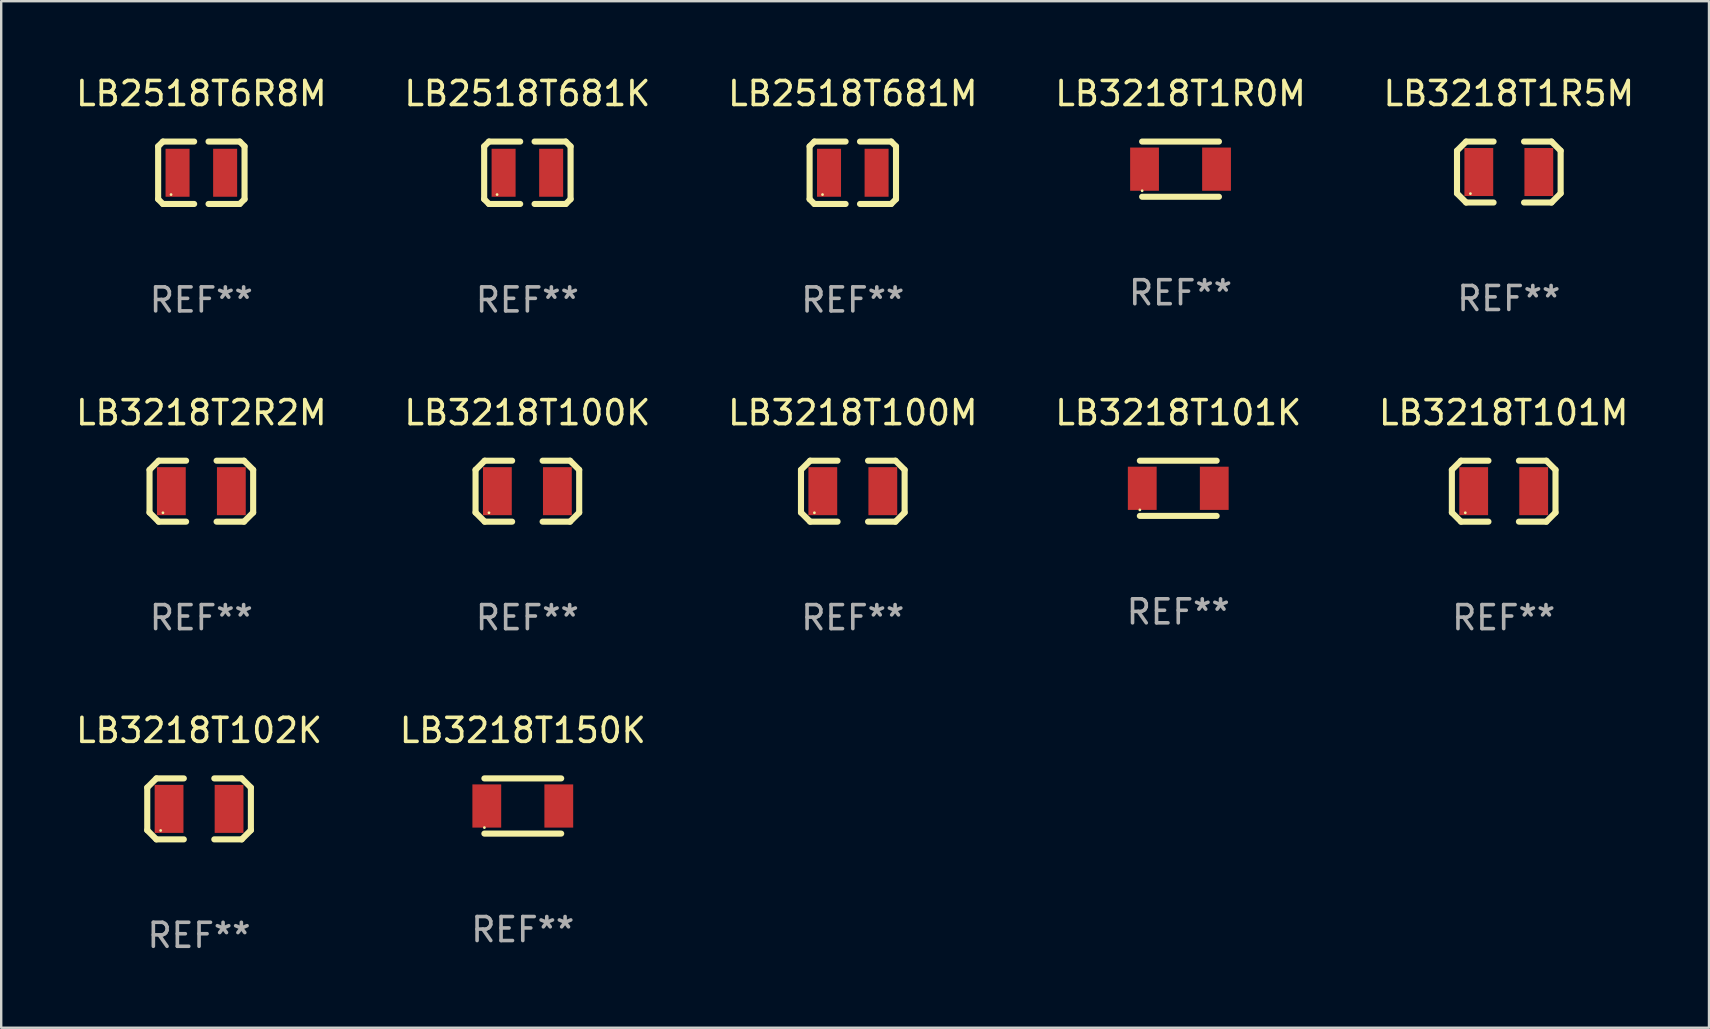
<source format=kicad_pcb>
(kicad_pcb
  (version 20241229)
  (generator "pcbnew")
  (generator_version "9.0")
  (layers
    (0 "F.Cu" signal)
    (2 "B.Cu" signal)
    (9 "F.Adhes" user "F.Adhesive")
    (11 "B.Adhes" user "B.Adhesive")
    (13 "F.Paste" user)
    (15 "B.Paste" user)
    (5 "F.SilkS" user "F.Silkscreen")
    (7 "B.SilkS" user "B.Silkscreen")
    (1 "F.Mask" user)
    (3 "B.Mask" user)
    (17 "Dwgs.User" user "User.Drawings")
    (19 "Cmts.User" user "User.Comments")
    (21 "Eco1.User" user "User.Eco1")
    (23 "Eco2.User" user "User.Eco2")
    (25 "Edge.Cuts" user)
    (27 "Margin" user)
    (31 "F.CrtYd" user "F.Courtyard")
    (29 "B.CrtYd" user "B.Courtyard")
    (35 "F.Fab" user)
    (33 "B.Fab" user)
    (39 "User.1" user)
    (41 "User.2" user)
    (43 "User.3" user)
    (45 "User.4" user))
  (footprint "LB3218T102K"
    (layer "F.Cu")
    (at 5.244 30.652)
    (property "Reference" "LB3218T102K" (at 0 -3.27 0) (layer "F.SilkS") (effects (font (size 1 1) (thickness 0.15))))
    (attr through_hole)
    (fp_line (start -2.159 -0.889) (end -2.159 0.889) (stroke (width 0.254) (type solid)) (layer "F.SilkS"))
    (fp_line (start -2.159 0.889) (end -1.778 1.27) (stroke (width 0.254) (type solid)) (layer "F.SilkS"))
    (fp_line (start -1.778 -1.27) (end -2.159 -0.889) (stroke (width 0.254) (type solid)) (layer "F.SilkS"))
    (fp_line (start -1.778 1.27) (end -0.635 1.27) (stroke (width 0.254) (type solid)) (layer "F.SilkS"))
    (fp_line (start -0.635 -1.27) (end -1.778 -1.27) (stroke (width 0.254) (type solid)) (layer "F.SilkS"))
    (fp_line (start 0.635 1.27) (end 1.778 1.27) (stroke (width 0.254) (type solid)) (layer "F.SilkS"))
    (fp_line (start 1.778 -1.27) (end 0.635 -1.27) (stroke (width 0.254) (type solid)) (layer "F.SilkS"))
    (fp_line (start 1.778 1.27) (end 2.159 0.889) (stroke (width 0.254) (type solid)) (layer "F.SilkS"))
    (fp_line (start 2.159 -0.889) (end 1.778 -1.27) (stroke (width 0.254) (type solid)) (layer "F.SilkS"))
    (fp_line (start 2.159 0.889) (end 2.159 -0.889) (stroke (width 0.254) (type solid)) (layer "F.SilkS"))
    (fp_circle (center -1.6 0.9) (end -1.57 0.9) (stroke (width 0.06) (type solid)) (fill no) (layer "F.SilkS"))
    (fp_text user "REF**" (at 0 5.27 0) (layer "F.Fab") (effects (font (size 1 1) (thickness 0.15))))
    (pad "1" smd rect (at -1.25 0) (size 1.2 2) (layers "F.Cu" "F.Mask" "F.Paste"))
    (pad "2" smd rect (at 1.25 0) (size 1.2 2) (layers "F.Cu" "F.Mask" "F.Paste")))
  (footprint "LB2518T681M"
    (layer "F.Cu")
    (at 32.482 4.148)
    (property "Reference" "LB2518T681M" (at 0 -3.3 0) (layer "F.SilkS") (effects (font (size 1 1) (thickness 0.15))))
    (attr through_hole)
    (fp_line (start -1.8 -1.1) (end -1.8 1.1) (stroke (width 0.254) (type solid)) (layer "F.SilkS"))
    (fp_line (start -1.8 1.1) (end -1.6 1.3) (stroke (width 0.254) (type solid)) (layer "F.SilkS"))
    (fp_line (start -1.6 -1.3) (end -1.8 -1.1) (stroke (width 0.254) (type solid)) (layer "F.SilkS"))
    (fp_line (start -1.6 1.3) (end -0.3 1.3) (stroke (width 0.254) (type solid)) (layer "F.SilkS"))
    (fp_line (start -0.3 -1.3) (end -1.6 -1.3) (stroke (width 0.254) (type solid)) (layer "F.SilkS"))
    (fp_line (start 0.3 1.3) (end 1.6 1.3) (stroke (width 0.254) (type solid)) (layer "F.SilkS"))
    (fp_line (start 1.6 -1.3) (end 0.3 -1.3) (stroke (width 0.254) (type solid)) (layer "F.SilkS"))
    (fp_line (start 1.6 1.3) (end 1.8 1.1) (stroke (width 0.254) (type solid)) (layer "F.SilkS"))
    (fp_line (start 1.8 -1.1) (end 1.6 -1.3) (stroke (width 0.254) (type solid)) (layer "F.SilkS"))
    (fp_line (start 1.8 1.1) (end 1.8 -1.1) (stroke (width 0.254) (type solid)) (layer "F.SilkS"))
    (fp_circle (center -1.262 0.909) (end -1.232 0.909) (stroke (width 0.06) (type solid)) (fill no) (layer "F.SilkS"))
    (fp_text user "REF**" (at 0 5.3 0) (layer "F.Fab") (effects (font (size 1 1) (thickness 0.15))))
    (pad "1" smd rect (at -0.991 -0.00014 90) (size 1.999 1) (layers "F.Cu" "F.Mask" "F.Paste"))
    (pad "2" smd rect (at 0.991 -0.00014 90) (size 1.999 1) (layers "F.Cu" "F.Mask" "F.Paste")))
  (footprint "LB2518T6R8M"
    (layer "F.Cu")
    (at 5.339 4.148)
    (property "Reference" "LB2518T6R8M" (at 0 -3.3 0) (layer "F.SilkS") (effects (font (size 1 1) (thickness 0.15))))
    (attr through_hole)
    (fp_line (start -1.8 -1.1) (end -1.8 1.1) (stroke (width 0.254) (type solid)) (layer "F.SilkS"))
    (fp_line (start -1.8 1.1) (end -1.6 1.3) (stroke (width 0.254) (type solid)) (layer "F.SilkS"))
    (fp_line (start -1.6 -1.3) (end -1.8 -1.1) (stroke (width 0.254) (type solid)) (layer "F.SilkS"))
    (fp_line (start -1.6 1.3) (end -0.3 1.3) (stroke (width 0.254) (type solid)) (layer "F.SilkS"))
    (fp_line (start -0.3 -1.3) (end -1.6 -1.3) (stroke (width 0.254) (type solid)) (layer "F.SilkS"))
    (fp_line (start 0.3 1.3) (end 1.6 1.3) (stroke (width 0.254) (type solid)) (layer "F.SilkS"))
    (fp_line (start 1.6 -1.3) (end 0.3 -1.3) (stroke (width 0.254) (type solid)) (layer "F.SilkS"))
    (fp_line (start 1.6 1.3) (end 1.8 1.1) (stroke (width 0.254) (type solid)) (layer "F.SilkS"))
    (fp_line (start 1.8 -1.1) (end 1.6 -1.3) (stroke (width 0.254) (type solid)) (layer "F.SilkS"))
    (fp_line (start 1.8 1.1) (end 1.8 -1.1) (stroke (width 0.254) (type solid)) (layer "F.SilkS"))
    (fp_circle (center -1.262 0.909) (end -1.232 0.909) (stroke (width 0.06) (type solid)) (fill no) (layer "F.SilkS"))
    (fp_text user "REF**" (at 0 5.3 0) (layer "F.Fab") (effects (font (size 1 1) (thickness 0.15))))
    (pad "1" smd rect (at -0.991 -0.00014 90) (size 1.999 1) (layers "F.Cu" "F.Mask" "F.Paste"))
    (pad "2" smd rect (at 0.991 -0.00014 90) (size 1.999 1) (layers "F.Cu" "F.Mask" "F.Paste")))
  (footprint "LB3218T1R5M"
    (layer "F.Cu")
    (at 59.815 4.118)
    (property "Reference" "LB3218T1R5M" (at 0 -3.27 0) (layer "F.SilkS") (effects (font (size 1 1) (thickness 0.15))))
    (attr through_hole)
    (fp_line (start -2.159 -0.889) (end -2.159 0.889) (stroke (width 0.254) (type solid)) (layer "F.SilkS"))
    (fp_line (start -2.159 0.889) (end -1.778 1.27) (stroke (width 0.254) (type solid)) (layer "F.SilkS"))
    (fp_line (start -1.778 -1.27) (end -2.159 -0.889) (stroke (width 0.254) (type solid)) (layer "F.SilkS"))
    (fp_line (start -1.778 1.27) (end -0.635 1.27) (stroke (width 0.254) (type solid)) (layer "F.SilkS"))
    (fp_line (start -0.635 -1.27) (end -1.778 -1.27) (stroke (width 0.254) (type solid)) (layer "F.SilkS"))
    (fp_line (start 0.635 1.27) (end 1.778 1.27) (stroke (width 0.254) (type solid)) (layer "F.SilkS"))
    (fp_line (start 1.778 -1.27) (end 0.635 -1.27) (stroke (width 0.254) (type solid)) (layer "F.SilkS"))
    (fp_line (start 1.778 1.27) (end 2.159 0.889) (stroke (width 0.254) (type solid)) (layer "F.SilkS"))
    (fp_line (start 2.159 -0.889) (end 1.778 -1.27) (stroke (width 0.254) (type solid)) (layer "F.SilkS"))
    (fp_line (start 2.159 0.889) (end 2.159 -0.889) (stroke (width 0.254) (type solid)) (layer "F.SilkS"))
    (fp_circle (center -1.6 0.9) (end -1.57 0.9) (stroke (width 0.06) (type solid)) (fill no) (layer "F.SilkS"))
    (fp_text user "REF**" (at 0 5.27 0) (layer "F.Fab") (effects (font (size 1 1) (thickness 0.15))))
    (pad "1" smd rect (at -1.25 0) (size 1.2 2) (layers "F.Cu" "F.Mask" "F.Paste"))
    (pad "2" smd rect (at 1.25 0) (size 1.2 2) (layers "F.Cu" "F.Mask" "F.Paste")))
  (footprint "LB3218T2R2M"
    (layer "F.Cu")
    (at 5.339 17.415)
    (property "Reference" "LB3218T2R2M" (at 0 -3.27 0) (layer "F.SilkS") (effects (font (size 1 1) (thickness 0.15))))
    (attr through_hole)
    (fp_line (start -2.159 -0.889) (end -2.159 0.889) (stroke (width 0.254) (type solid)) (layer "F.SilkS"))
    (fp_line (start -2.159 0.889) (end -1.778 1.27) (stroke (width 0.254) (type solid)) (layer "F.SilkS"))
    (fp_line (start -1.778 -1.27) (end -2.159 -0.889) (stroke (width 0.254) (type solid)) (layer "F.SilkS"))
    (fp_line (start -1.778 1.27) (end -0.635 1.27) (stroke (width 0.254) (type solid)) (layer "F.SilkS"))
    (fp_line (start -0.635 -1.27) (end -1.778 -1.27) (stroke (width 0.254) (type solid)) (layer "F.SilkS"))
    (fp_line (start 0.635 1.27) (end 1.778 1.27) (stroke (width 0.254) (type solid)) (layer "F.SilkS"))
    (fp_line (start 1.778 -1.27) (end 0.635 -1.27) (stroke (width 0.254) (type solid)) (layer "F.SilkS"))
    (fp_line (start 1.778 1.27) (end 2.159 0.889) (stroke (width 0.254) (type solid)) (layer "F.SilkS"))
    (fp_line (start 2.159 -0.889) (end 1.778 -1.27) (stroke (width 0.254) (type solid)) (layer "F.SilkS"))
    (fp_line (start 2.159 0.889) (end 2.159 -0.889) (stroke (width 0.254) (type solid)) (layer "F.SilkS"))
    (fp_circle (center -1.6 0.9) (end -1.57 0.9) (stroke (width 0.06) (type solid)) (fill no) (layer "F.SilkS"))
    (fp_text user "REF**" (at 0 5.27 0) (layer "F.Fab") (effects (font (size 1 1) (thickness 0.15))))
    (pad "1" smd rect (at -1.25 0) (size 1.2 2) (layers "F.Cu" "F.Mask" "F.Paste"))
    (pad "2" smd rect (at 1.25 0) (size 1.2 2) (layers "F.Cu" "F.Mask" "F.Paste")))
  (footprint "LB2518T681K"
    (layer "F.Cu")
    (at 18.923 4.148)
    (property "Reference" "LB2518T681K" (at 0 -3.3 0) (layer "F.SilkS") (effects (font (size 1 1) (thickness 0.15))))
    (attr through_hole)
    (fp_line (start -1.8 -1.1) (end -1.8 1.1) (stroke (width 0.254) (type solid)) (layer "F.SilkS"))
    (fp_line (start -1.8 1.1) (end -1.6 1.3) (stroke (width 0.254) (type solid)) (layer "F.SilkS"))
    (fp_line (start -1.6 -1.3) (end -1.8 -1.1) (stroke (width 0.254) (type solid)) (layer "F.SilkS"))
    (fp_line (start -1.6 1.3) (end -0.3 1.3) (stroke (width 0.254) (type solid)) (layer "F.SilkS"))
    (fp_line (start -0.3 -1.3) (end -1.6 -1.3) (stroke (width 0.254) (type solid)) (layer "F.SilkS"))
    (fp_line (start 0.3 1.3) (end 1.6 1.3) (stroke (width 0.254) (type solid)) (layer "F.SilkS"))
    (fp_line (start 1.6 -1.3) (end 0.3 -1.3) (stroke (width 0.254) (type solid)) (layer "F.SilkS"))
    (fp_line (start 1.6 1.3) (end 1.8 1.1) (stroke (width 0.254) (type solid)) (layer "F.SilkS"))
    (fp_line (start 1.8 -1.1) (end 1.6 -1.3) (stroke (width 0.254) (type solid)) (layer "F.SilkS"))
    (fp_line (start 1.8 1.1) (end 1.8 -1.1) (stroke (width 0.254) (type solid)) (layer "F.SilkS"))
    (fp_circle (center -1.262 0.909) (end -1.232 0.909) (stroke (width 0.06) (type solid)) (fill no) (layer "F.SilkS"))
    (fp_text user "REF**" (at 0 5.3 0) (layer "F.Fab") (effects (font (size 1 1) (thickness 0.15))))
    (pad "1" smd rect (at -0.991 -0.00014 90) (size 1.999 1) (layers "F.Cu" "F.Mask" "F.Paste"))
    (pad "2" smd rect (at 0.991 -0.00014 90) (size 1.999 1) (layers "F.Cu" "F.Mask" "F.Paste")))
  (footprint "LB3218T101M"
    (layer "F.Cu")
    (at 59.601 17.415)
    (property "Reference" "LB3218T101M" (at 0 -3.27 0) (layer "F.SilkS") (effects (font (size 1 1) (thickness 0.15))))
    (attr through_hole)
    (fp_line (start -2.159 -0.889) (end -2.159 0.889) (stroke (width 0.254) (type solid)) (layer "F.SilkS"))
    (fp_line (start -2.159 0.889) (end -1.778 1.27) (stroke (width 0.254) (type solid)) (layer "F.SilkS"))
    (fp_line (start -1.778 -1.27) (end -2.159 -0.889) (stroke (width 0.254) (type solid)) (layer "F.SilkS"))
    (fp_line (start -1.778 1.27) (end -0.635 1.27) (stroke (width 0.254) (type solid)) (layer "F.SilkS"))
    (fp_line (start -0.635 -1.27) (end -1.778 -1.27) (stroke (width 0.254) (type solid)) (layer "F.SilkS"))
    (fp_line (start 0.635 1.27) (end 1.778 1.27) (stroke (width 0.254) (type solid)) (layer "F.SilkS"))
    (fp_line (start 1.778 -1.27) (end 0.635 -1.27) (stroke (width 0.254) (type solid)) (layer "F.SilkS"))
    (fp_line (start 1.778 1.27) (end 2.159 0.889) (stroke (width 0.254) (type solid)) (layer "F.SilkS"))
    (fp_line (start 2.159 -0.889) (end 1.778 -1.27) (stroke (width 0.254) (type solid)) (layer "F.SilkS"))
    (fp_line (start 2.159 0.889) (end 2.159 -0.889) (stroke (width 0.254) (type solid)) (layer "F.SilkS"))
    (fp_circle (center -1.6 0.9) (end -1.57 0.9) (stroke (width 0.06) (type solid)) (fill no) (layer "F.SilkS"))
    (fp_text user "REF**" (at 0 5.27 0) (layer "F.Fab") (effects (font (size 1 1) (thickness 0.15))))
    (pad "1" smd rect (at -1.25 0) (size 1.2 2) (layers "F.Cu" "F.Mask" "F.Paste"))
    (pad "2" smd rect (at 1.25 0) (size 1.2 2) (layers "F.Cu" "F.Mask" "F.Paste")))
  (footprint "LB3218T101K"
    (layer "F.Cu")
    (at 46.042 17.295)
    (property "Reference" "LB3218T101K" (at 0 -3.15 0) (layer "F.SilkS") (effects (font (size 1 1) (thickness 0.15))))
    (attr through_hole)
    (fp_line (start -1.6 -1.15) (end 1.6 -1.15) (stroke (width 0.254) (type solid)) (layer "F.SilkS"))
    (fp_line (start 1.6 1.15) (end -1.6 1.15) (stroke (width 0.254) (type solid)) (layer "F.SilkS"))
    (fp_circle (center -1.6 0.9) (end -1.57 0.9) (stroke (width 0.06) (type solid)) (fill no) (layer "F.SilkS"))
    (fp_text user "REF**" (at 0 5.15 0) (layer "F.Fab") (effects (font (size 1 1) (thickness 0.15))))
    (pad "1" smd rect (at -1.5 0) (size 1.2 1.8) (layers "F.Cu" "F.Mask" "F.Paste"))
    (pad "2" smd rect (at 1.5 0) (size 1.2 1.8) (layers "F.Cu" "F.Mask" "F.Paste")))
  (footprint "LB3218T100M"
    (layer "F.Cu")
    (at 32.482 17.415)
    (property "Reference" "LB3218T100M" (at 0 -3.27 0) (layer "F.SilkS") (effects (font (size 1 1) (thickness 0.15))))
    (attr through_hole)
    (fp_line (start -2.159 -0.889) (end -2.159 0.889) (stroke (width 0.254) (type solid)) (layer "F.SilkS"))
    (fp_line (start -2.159 0.889) (end -1.778 1.27) (stroke (width 0.254) (type solid)) (layer "F.SilkS"))
    (fp_line (start -1.778 -1.27) (end -2.159 -0.889) (stroke (width 0.254) (type solid)) (layer "F.SilkS"))
    (fp_line (start -1.778 1.27) (end -0.635 1.27) (stroke (width 0.254) (type solid)) (layer "F.SilkS"))
    (fp_line (start -0.635 -1.27) (end -1.778 -1.27) (stroke (width 0.254) (type solid)) (layer "F.SilkS"))
    (fp_line (start 0.635 1.27) (end 1.778 1.27) (stroke (width 0.254) (type solid)) (layer "F.SilkS"))
    (fp_line (start 1.778 -1.27) (end 0.635 -1.27) (stroke (width 0.254) (type solid)) (layer "F.SilkS"))
    (fp_line (start 1.778 1.27) (end 2.159 0.889) (stroke (width 0.254) (type solid)) (layer "F.SilkS"))
    (fp_line (start 2.159 -0.889) (end 1.778 -1.27) (stroke (width 0.254) (type solid)) (layer "F.SilkS"))
    (fp_line (start 2.159 0.889) (end 2.159 -0.889) (stroke (width 0.254) (type solid)) (layer "F.SilkS"))
    (fp_circle (center -1.6 0.9) (end -1.57 0.9) (stroke (width 0.06) (type solid)) (fill no) (layer "F.SilkS"))
    (fp_text user "REF**" (at 0 5.27 0) (layer "F.Fab") (effects (font (size 1 1) (thickness 0.15))))
    (pad "1" smd rect (at -1.25 0) (size 1.2 2) (layers "F.Cu" "F.Mask" "F.Paste"))
    (pad "2" smd rect (at 1.25 0) (size 1.2 2) (layers "F.Cu" "F.Mask" "F.Paste")))
  (footprint "LB3218T1R0M"
    (layer "F.Cu")
    (at 46.137 3.998)
    (property "Reference" "LB3218T1R0M" (at 0 -3.15 0) (layer "F.SilkS") (effects (font (size 1 1) (thickness 0.15))))
    (attr through_hole)
    (fp_line (start -1.6 -1.15) (end 1.6 -1.15) (stroke (width 0.254) (type solid)) (layer "F.SilkS"))
    (fp_line (start 1.6 1.15) (end -1.6 1.15) (stroke (width 0.254) (type solid)) (layer "F.SilkS"))
    (fp_circle (center -1.6 0.9) (end -1.57 0.9) (stroke (width 0.06) (type solid)) (fill no) (layer "F.SilkS"))
    (fp_text user "REF**" (at 0 5.15 0) (layer "F.Fab") (effects (font (size 1 1) (thickness 0.15))))
    (pad "1" smd rect (at -1.5 0) (size 1.2 1.8) (layers "F.Cu" "F.Mask" "F.Paste"))
    (pad "2" smd rect (at 1.5 0) (size 1.2 1.8) (layers "F.Cu" "F.Mask" "F.Paste")))
  (footprint "LB3218T100K"
    (layer "F.Cu")
    (at 18.923 17.415)
    (property "Reference" "LB3218T100K" (at 0 -3.27 0) (layer "F.SilkS") (effects (font (size 1 1) (thickness 0.15))))
    (attr through_hole)
    (fp_line (start -2.159 -0.889) (end -2.159 0.889) (stroke (width 0.254) (type solid)) (layer "F.SilkS"))
    (fp_line (start -2.159 0.889) (end -1.778 1.27) (stroke (width 0.254) (type solid)) (layer "F.SilkS"))
    (fp_line (start -1.778 -1.27) (end -2.159 -0.889) (stroke (width 0.254) (type solid)) (layer "F.SilkS"))
    (fp_line (start -1.778 1.27) (end -0.635 1.27) (stroke (width 0.254) (type solid)) (layer "F.SilkS"))
    (fp_line (start -0.635 -1.27) (end -1.778 -1.27) (stroke (width 0.254) (type solid)) (layer "F.SilkS"))
    (fp_line (start 0.635 1.27) (end 1.778 1.27) (stroke (width 0.254) (type solid)) (layer "F.SilkS"))
    (fp_line (start 1.778 -1.27) (end 0.635 -1.27) (stroke (width 0.254) (type solid)) (layer "F.SilkS"))
    (fp_line (start 1.778 1.27) (end 2.159 0.889) (stroke (width 0.254) (type solid)) (layer "F.SilkS"))
    (fp_line (start 2.159 -0.889) (end 1.778 -1.27) (stroke (width 0.254) (type solid)) (layer "F.SilkS"))
    (fp_line (start 2.159 0.889) (end 2.159 -0.889) (stroke (width 0.254) (type solid)) (layer "F.SilkS"))
    (fp_circle (center -1.6 0.9) (end -1.57 0.9) (stroke (width 0.06) (type solid)) (fill no) (layer "F.SilkS"))
    (fp_text user "REF**" (at 0 5.27 0) (layer "F.Fab") (effects (font (size 1 1) (thickness 0.15))))
    (pad "1" smd rect (at -1.25 0) (size 1.2 2) (layers "F.Cu" "F.Mask" "F.Paste"))
    (pad "2" smd rect (at 1.25 0) (size 1.2 2) (layers "F.Cu" "F.Mask" "F.Paste")))
  (footprint "LB3218T150K"
    (layer "F.Cu")
    (at 18.732 30.532)
    (property "Reference" "LB3218T150K" (at 0 -3.15 0) (layer "F.SilkS") (effects (font (size 1 1) (thickness 0.15))))
    (attr through_hole)
    (fp_line (start -1.6 -1.15) (end 1.6 -1.15) (stroke (width 0.254) (type solid)) (layer "F.SilkS"))
    (fp_line (start 1.6 1.15) (end -1.6 1.15) (stroke (width 0.254) (type solid)) (layer "F.SilkS"))
    (fp_circle (center -1.6 0.9) (end -1.57 0.9) (stroke (width 0.06) (type solid)) (fill no) (layer "F.SilkS"))
    (fp_text user "REF**" (at 0 5.15 0) (layer "F.Fab") (effects (font (size 1 1) (thickness 0.15))))
    (pad "1" smd rect (at -1.5 0) (size 1.2 1.8) (layers "F.Cu" "F.Mask" "F.Paste"))
    (pad "2" smd rect (at 1.5 0) (size 1.2 1.8) (layers "F.Cu" "F.Mask" "F.Paste")))
  (gr_rect
    (start -3 -3)
    (end 68.155 39.77)
    (stroke (width 0.1) (type default))
    (fill no)
    (layer "Edge.Cuts")))
</source>
